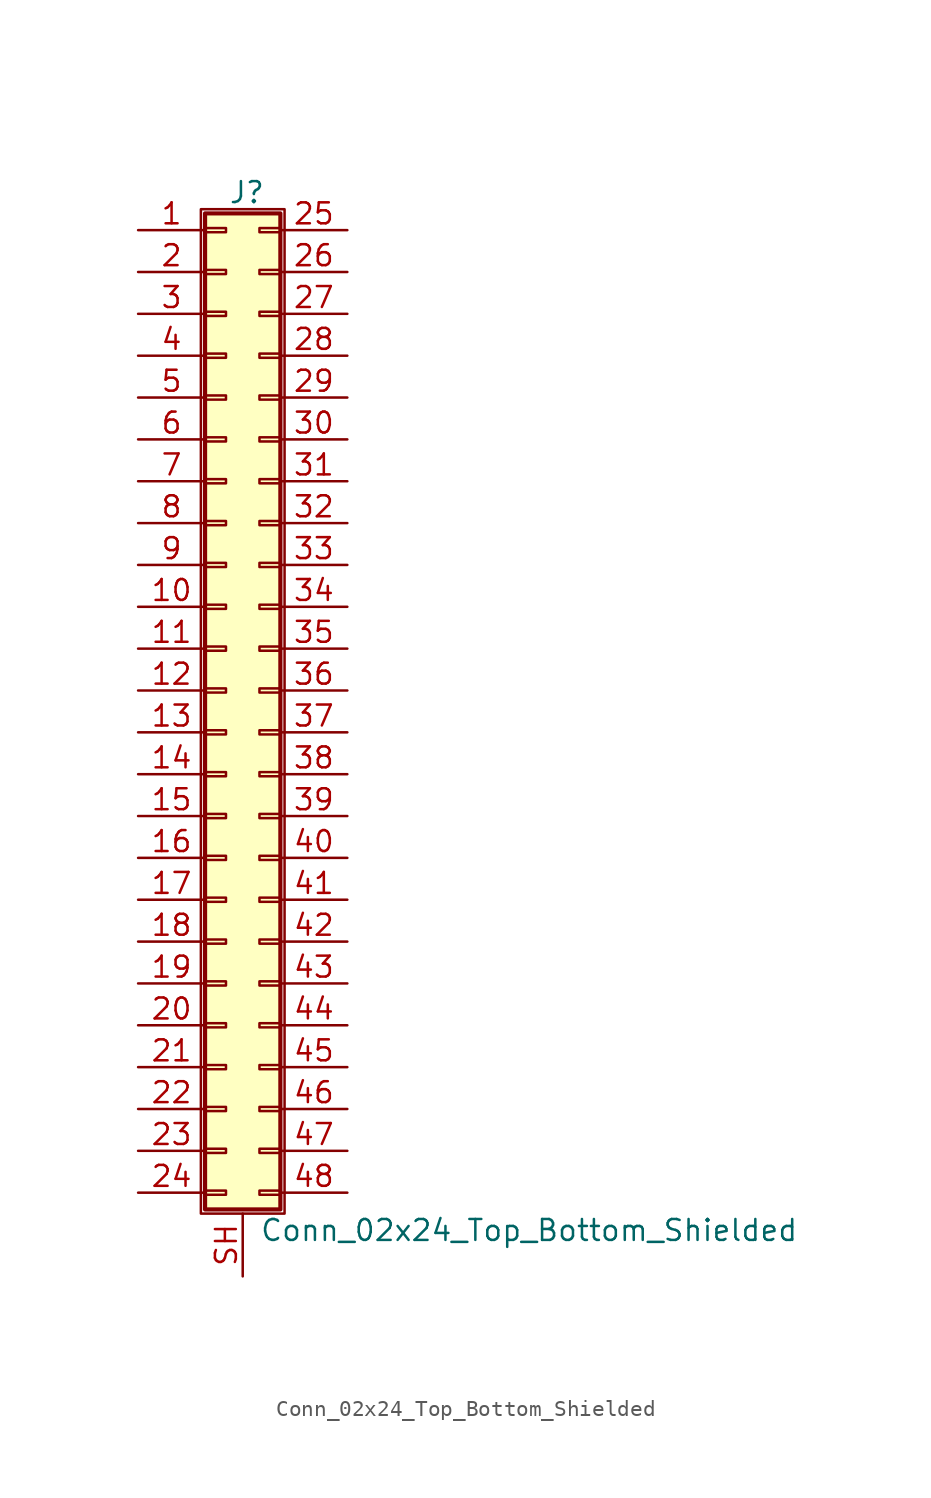
<source format=kicad_sym>
(kicad_symbol_lib
  (version 20220914)
  (generator kicad_symbol_editor)
  (symbol "Conn_02x24_Top_Bottom_Shielded"
    (pin_names
      (offset 1.016) hide)
    (property "Reference" "J"
      (at 1.524 30.226 0)
      (effects (font (size 1.27 1.27))))
    (property "Value" "Conn_02x24_Top_Bottom_Shielded"
      (at 2.286 -32.766 0)
      (effects (font (size 1.27 1.27)) (justify left)))
    (symbol "Conn_02x24_Top_Bottom_Shielded_1_1"
      (rectangle (start -1.27 29.21) (end 3.81 -31.75) (stroke (width 0.152) (type default)) (fill (type none)))
      (rectangle (start -1.016 -30.353) (end 0.254 -30.607) (stroke (width 0.152) (type default)) (fill (type none)))
      (rectangle (start -1.016 -27.813) (end 0.254 -28.067) (stroke (width 0.152) (type default)) (fill (type none)))
      (rectangle (start -1.016 -25.273) (end 0.254 -25.527) (stroke (width 0.152) (type default)) (fill (type none)))
      (rectangle (start -1.016 -22.733) (end 0.254 -22.987) (stroke (width 0.152) (type default)) (fill (type none)))
      (rectangle (start -1.016 -20.193) (end 0.254 -20.447) (stroke (width 0.152) (type default)) (fill (type none)))
      (rectangle (start -1.016 -17.653) (end 0.254 -17.907) (stroke (width 0.152) (type default)) (fill (type none)))
      (rectangle (start -1.016 -15.113) (end 0.254 -15.367) (stroke (width 0.152) (type default)) (fill (type none)))
      (rectangle (start -1.016 -12.573) (end 0.254 -12.827) (stroke (width 0.152) (type default)) (fill (type none)))
      (rectangle (start -1.016 -10.033) (end 0.254 -10.287) (stroke (width 0.152) (type default)) (fill (type none)))
      (rectangle (start -1.016 -7.493) (end 0.254 -7.747) (stroke (width 0.152) (type default)) (fill (type none)))
      (rectangle (start -1.016 -4.953) (end 0.254 -5.207) (stroke (width 0.152) (type default)) (fill (type none)))
      (rectangle (start -1.016 -2.413) (end 0.254 -2.667) (stroke (width 0.152) (type default)) (fill (type none)))
      (rectangle (start -1.016 0.127) (end 0.254 -0.127) (stroke (width 0.152) (type default)) (fill (type none)))
      (rectangle (start -1.016 2.667) (end 0.254 2.413) (stroke (width 0.152) (type default)) (fill (type none)))
      (rectangle (start -1.016 5.207) (end 0.254 4.953) (stroke (width 0.152) (type default)) (fill (type none)))
      (rectangle (start -1.016 7.747) (end 0.254 7.493) (stroke (width 0.152) (type default)) (fill (type none)))
      (rectangle (start -1.016 10.287) (end 0.254 10.033) (stroke (width 0.152) (type default)) (fill (type none)))
      (rectangle (start -1.016 12.827) (end 0.254 12.573) (stroke (width 0.152) (type default)) (fill (type none)))
      (rectangle (start -1.016 15.367) (end 0.254 15.113) (stroke (width 0.152) (type default)) (fill (type none)))
      (rectangle (start -1.016 17.907) (end 0.254 17.653) (stroke (width 0.152) (type default)) (fill (type none)))
      (rectangle (start -1.016 20.447) (end 0.254 20.193) (stroke (width 0.152) (type default)) (fill (type none)))
      (rectangle (start -1.016 22.987) (end 0.254 22.733) (stroke (width 0.152) (type default)) (fill (type none)))
      (rectangle (start -1.016 25.527) (end 0.254 25.273) (stroke (width 0.152) (type default)) (fill (type none)))
      (rectangle (start -1.016 28.067) (end 0.254 27.813) (stroke (width 0.152) (type default)) (fill (type none)))
      (rectangle (start -1.016 28.956) (end 3.556 -31.496) (stroke (width 0.254) (type default)) (fill (type background)))
      (rectangle (start 3.556 -30.353) (end 2.286 -30.607) (stroke (width 0.152) (type default)) (fill (type none)))
      (rectangle (start 3.556 -27.813) (end 2.286 -28.067) (stroke (width 0.152) (type default)) (fill (type none)))
      (rectangle (start 3.556 -25.273) (end 2.286 -25.527) (stroke (width 0.152) (type default)) (fill (type none)))
      (rectangle (start 3.556 -22.733) (end 2.286 -22.987) (stroke (width 0.152) (type default)) (fill (type none)))
      (rectangle (start 3.556 -20.193) (end 2.286 -20.447) (stroke (width 0.152) (type default)) (fill (type none)))
      (rectangle (start 3.556 -17.653) (end 2.286 -17.907) (stroke (width 0.152) (type default)) (fill (type none)))
      (rectangle (start 3.556 -15.113) (end 2.286 -15.367) (stroke (width 0.152) (type default)) (fill (type none)))
      (rectangle (start 3.556 -12.573) (end 2.286 -12.827) (stroke (width 0.152) (type default)) (fill (type none)))
      (rectangle (start 3.556 -10.033) (end 2.286 -10.287) (stroke (width 0.152) (type default)) (fill (type none)))
      (rectangle (start 3.556 -7.493) (end 2.286 -7.747) (stroke (width 0.152) (type default)) (fill (type none)))
      (rectangle (start 3.556 -4.953) (end 2.286 -5.207) (stroke (width 0.152) (type default)) (fill (type none)))
      (rectangle (start 3.556 -2.413) (end 2.286 -2.667) (stroke (width 0.152) (type default)) (fill (type none)))
      (rectangle (start 3.556 0.127) (end 2.286 -0.127) (stroke (width 0.152) (type default)) (fill (type none)))
      (rectangle (start 3.556 2.667) (end 2.286 2.413) (stroke (width 0.152) (type default)) (fill (type none)))
      (rectangle (start 3.556 5.207) (end 2.286 4.953) (stroke (width 0.152) (type default)) (fill (type none)))
      (rectangle (start 3.556 7.747) (end 2.286 7.493) (stroke (width 0.152) (type default)) (fill (type none)))
      (rectangle (start 3.556 10.287) (end 2.286 10.033) (stroke (width 0.152) (type default)) (fill (type none)))
      (rectangle (start 3.556 12.827) (end 2.286 12.573) (stroke (width 0.152) (type default)) (fill (type none)))
      (rectangle (start 3.556 15.367) (end 2.286 15.113) (stroke (width 0.152) (type default)) (fill (type none)))
      (rectangle (start 3.556 17.907) (end 2.286 17.653) (stroke (width 0.152) (type default)) (fill (type none)))
      (rectangle (start 3.556 20.447) (end 2.286 20.193) (stroke (width 0.152) (type default)) (fill (type none)))
      (rectangle (start 3.556 22.987) (end 2.286 22.733) (stroke (width 0.152) (type default)) (fill (type none)))
      (rectangle (start 3.556 25.527) (end 2.286 25.273) (stroke (width 0.152) (type default)) (fill (type none)))
      (rectangle (start 3.556 28.067) (end 2.286 27.813) (stroke (width 0.152) (type default)) (fill (type none)))
      (pin passive line (at -5.08 27.94 0) (length 4.064) (name "Pin_1" (effects (font (size 1.27 1.27)))) (number "1" (effects (font (size 1.27 1.27)))))
      (pin passive line (at -5.08 5.08 0) (length 4.064) (name "Pin_10" (effects (font (size 1.27 1.27)))) (number "10" (effects (font (size 1.27 1.27)))))
      (pin passive line (at -5.08 2.54 0) (length 4.064) (name "Pin_11" (effects (font (size 1.27 1.27)))) (number "11" (effects (font (size 1.27 1.27)))))
      (pin passive line (at -5.08 0 0) (length 4.064) (name "Pin_12" (effects (font (size 1.27 1.27)))) (number "12" (effects (font (size 1.27 1.27)))))
      (pin passive line (at -5.08 -2.54 0) (length 4.064) (name "Pin_13" (effects (font (size 1.27 1.27)))) (number "13" (effects (font (size 1.27 1.27)))))
      (pin passive line (at -5.08 -5.08 0) (length 4.064) (name "Pin_14" (effects (font (size 1.27 1.27)))) (number "14" (effects (font (size 1.27 1.27)))))
      (pin passive line (at -5.08 -7.62 0) (length 4.064) (name "Pin_15" (effects (font (size 1.27 1.27)))) (number "15" (effects (font (size 1.27 1.27)))))
      (pin passive line (at -5.08 -10.16 0) (length 4.064) (name "Pin_16" (effects (font (size 1.27 1.27)))) (number "16" (effects (font (size 1.27 1.27)))))
      (pin passive line (at -5.08 -12.7 0) (length 4.064) (name "Pin_17" (effects (font (size 1.27 1.27)))) (number "17" (effects (font (size 1.27 1.27)))))
      (pin passive line (at -5.08 -15.24 0) (length 4.064) (name "Pin_18" (effects (font (size 1.27 1.27)))) (number "18" (effects (font (size 1.27 1.27)))))
      (pin passive line (at -5.08 -17.78 0) (length 4.064) (name "Pin_19" (effects (font (size 1.27 1.27)))) (number "19" (effects (font (size 1.27 1.27)))))
      (pin passive line (at -5.08 25.4 0) (length 4.064) (name "Pin_2" (effects (font (size 1.27 1.27)))) (number "2" (effects (font (size 1.27 1.27)))))
      (pin passive line (at -5.08 -20.32 0) (length 4.064) (name "Pin_20" (effects (font (size 1.27 1.27)))) (number "20" (effects (font (size 1.27 1.27)))))
      (pin passive line (at -5.08 -22.86 0) (length 4.064) (name "Pin_21" (effects (font (size 1.27 1.27)))) (number "21" (effects (font (size 1.27 1.27)))))
      (pin passive line (at -5.08 -25.4 0) (length 4.064) (name "Pin_22" (effects (font (size 1.27 1.27)))) (number "22" (effects (font (size 1.27 1.27)))))
      (pin passive line (at -5.08 -27.94 0) (length 4.064) (name "Pin_23" (effects (font (size 1.27 1.27)))) (number "23" (effects (font (size 1.27 1.27)))))
      (pin passive line (at -5.08 -30.48 0) (length 4.064) (name "Pin_24" (effects (font (size 1.27 1.27)))) (number "24" (effects (font (size 1.27 1.27)))))
      (pin passive line (at 7.62 27.94 180) (length 4.064) (name "Pin_25" (effects (font (size 1.27 1.27)))) (number "25" (effects (font (size 1.27 1.27)))))
      (pin passive line (at 7.62 25.4 180) (length 4.064) (name "Pin_26" (effects (font (size 1.27 1.27)))) (number "26" (effects (font (size 1.27 1.27)))))
      (pin passive line (at 7.62 22.86 180) (length 4.064) (name "Pin_27" (effects (font (size 1.27 1.27)))) (number "27" (effects (font (size 1.27 1.27)))))
      (pin passive line (at 7.62 20.32 180) (length 4.064) (name "Pin_28" (effects (font (size 1.27 1.27)))) (number "28" (effects (font (size 1.27 1.27)))))
      (pin passive line (at 7.62 17.78 180) (length 4.064) (name "Pin_29" (effects (font (size 1.27 1.27)))) (number "29" (effects (font (size 1.27 1.27)))))
      (pin passive line (at -5.08 22.86 0) (length 4.064) (name "Pin_3" (effects (font (size 1.27 1.27)))) (number "3" (effects (font (size 1.27 1.27)))))
      (pin passive line (at 7.62 15.24 180) (length 4.064) (name "Pin_30" (effects (font (size 1.27 1.27)))) (number "30" (effects (font (size 1.27 1.27)))))
      (pin passive line (at 7.62 12.7 180) (length 4.064) (name "Pin_31" (effects (font (size 1.27 1.27)))) (number "31" (effects (font (size 1.27 1.27)))))
      (pin passive line (at 7.62 10.16 180) (length 4.064) (name "Pin_32" (effects (font (size 1.27 1.27)))) (number "32" (effects (font (size 1.27 1.27)))))
      (pin passive line (at 7.62 7.62 180) (length 4.064) (name "Pin_33" (effects (font (size 1.27 1.27)))) (number "33" (effects (font (size 1.27 1.27)))))
      (pin passive line (at 7.62 5.08 180) (length 4.064) (name "Pin_34" (effects (font (size 1.27 1.27)))) (number "34" (effects (font (size 1.27 1.27)))))
      (pin passive line (at 7.62 2.54 180) (length 4.064) (name "Pin_35" (effects (font (size 1.27 1.27)))) (number "35" (effects (font (size 1.27 1.27)))))
      (pin passive line (at 7.62 0 180) (length 4.064) (name "Pin_36" (effects (font (size 1.27 1.27)))) (number "36" (effects (font (size 1.27 1.27)))))
      (pin passive line (at 7.62 -2.54 180) (length 4.064) (name "Pin_37" (effects (font (size 1.27 1.27)))) (number "37" (effects (font (size 1.27 1.27)))))
      (pin passive line (at 7.62 -5.08 180) (length 4.064) (name "Pin_38" (effects (font (size 1.27 1.27)))) (number "38" (effects (font (size 1.27 1.27)))))
      (pin passive line (at 7.62 -7.62 180) (length 4.064) (name "Pin_39" (effects (font (size 1.27 1.27)))) (number "39" (effects (font (size 1.27 1.27)))))
      (pin passive line (at -5.08 20.32 0) (length 4.064) (name "Pin_4" (effects (font (size 1.27 1.27)))) (number "4" (effects (font (size 1.27 1.27)))))
      (pin passive line (at 7.62 -10.16 180) (length 4.064) (name "Pin_40" (effects (font (size 1.27 1.27)))) (number "40" (effects (font (size 1.27 1.27)))))
      (pin passive line (at 7.62 -12.7 180) (length 4.064) (name "Pin_41" (effects (font (size 1.27 1.27)))) (number "41" (effects (font (size 1.27 1.27)))))
      (pin passive line (at 7.62 -15.24 180) (length 4.064) (name "Pin_42" (effects (font (size 1.27 1.27)))) (number "42" (effects (font (size 1.27 1.27)))))
      (pin passive line (at 7.62 -17.78 180) (length 4.064) (name "Pin_43" (effects (font (size 1.27 1.27)))) (number "43" (effects (font (size 1.27 1.27)))))
      (pin passive line (at 7.62 -20.32 180) (length 4.064) (name "Pin_44" (effects (font (size 1.27 1.27)))) (number "44" (effects (font (size 1.27 1.27)))))
      (pin passive line (at 7.62 -22.86 180) (length 4.064) (name "Pin_45" (effects (font (size 1.27 1.27)))) (number "45" (effects (font (size 1.27 1.27)))))
      (pin passive line (at 7.62 -25.4 180) (length 4.064) (name "Pin_46" (effects (font (size 1.27 1.27)))) (number "46" (effects (font (size 1.27 1.27)))))
      (pin passive line (at 7.62 -27.94 180) (length 4.064) (name "Pin_47" (effects (font (size 1.27 1.27)))) (number "47" (effects (font (size 1.27 1.27)))))
      (pin passive line (at 7.62 -30.48 180) (length 4.064) (name "Pin_48" (effects (font (size 1.27 1.27)))) (number "48" (effects (font (size 1.27 1.27)))))
      (pin passive line (at -5.08 17.78 0) (length 4.064) (name "Pin_5" (effects (font (size 1.27 1.27)))) (number "5" (effects (font (size 1.27 1.27)))))
      (pin passive line (at -5.08 15.24 0) (length 4.064) (name "Pin_6" (effects (font (size 1.27 1.27)))) (number "6" (effects (font (size 1.27 1.27)))))
      (pin passive line (at -5.08 12.7 0) (length 4.064) (name "Pin_7" (effects (font (size 1.27 1.27)))) (number "7" (effects (font (size 1.27 1.27)))))
      (pin passive line (at -5.08 10.16 0) (length 4.064) (name "Pin_8" (effects (font (size 1.27 1.27)))) (number "8" (effects (font (size 1.27 1.27)))))
      (pin passive line (at -5.08 7.62 0) (length 4.064) (name "Pin_9" (effects (font (size 1.27 1.27)))) (number "9" (effects (font (size 1.27 1.27)))))
      (pin passive line (at 1.27 -35.56 90) (length 3.81) (name "Shield" (effects (font (size 1.27 1.27)))) (number "SH" (effects (font (size 1.27 1.27))))))))
</source>
